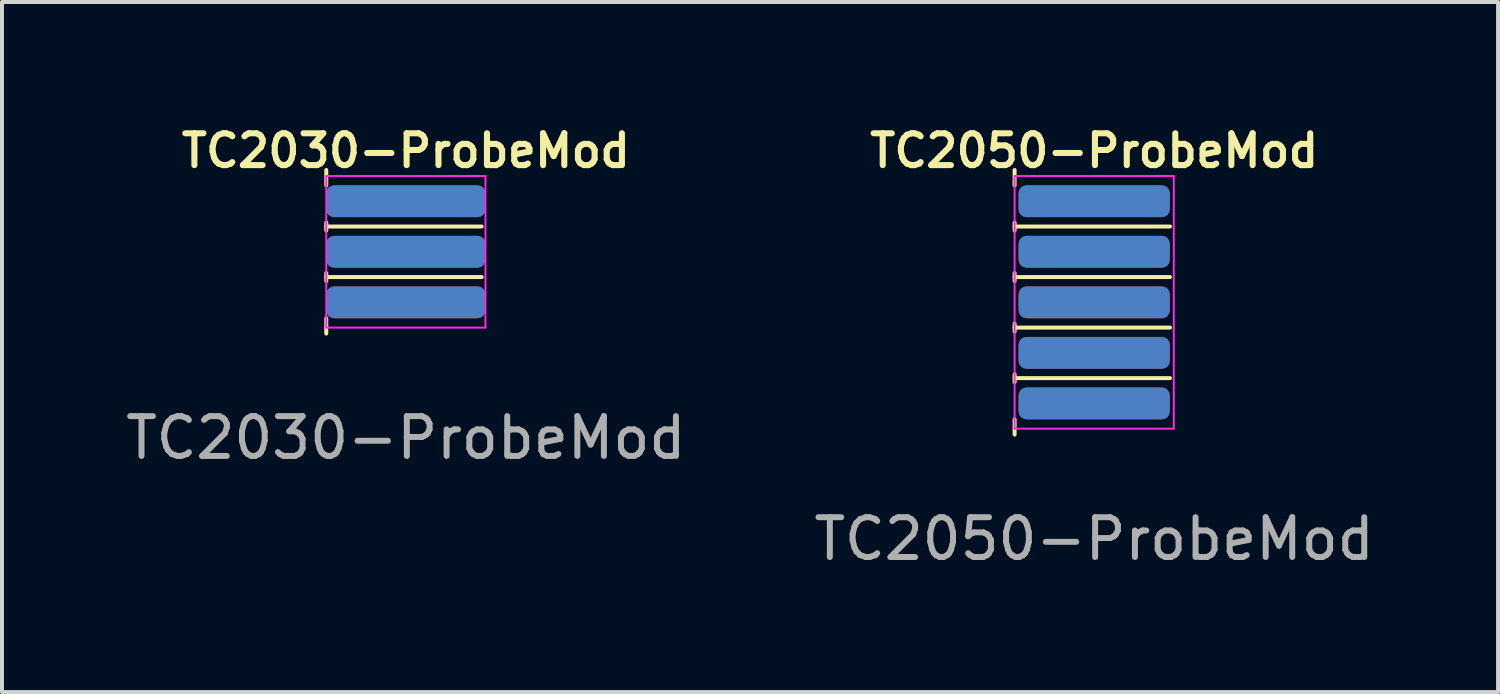
<source format=kicad_pcb>
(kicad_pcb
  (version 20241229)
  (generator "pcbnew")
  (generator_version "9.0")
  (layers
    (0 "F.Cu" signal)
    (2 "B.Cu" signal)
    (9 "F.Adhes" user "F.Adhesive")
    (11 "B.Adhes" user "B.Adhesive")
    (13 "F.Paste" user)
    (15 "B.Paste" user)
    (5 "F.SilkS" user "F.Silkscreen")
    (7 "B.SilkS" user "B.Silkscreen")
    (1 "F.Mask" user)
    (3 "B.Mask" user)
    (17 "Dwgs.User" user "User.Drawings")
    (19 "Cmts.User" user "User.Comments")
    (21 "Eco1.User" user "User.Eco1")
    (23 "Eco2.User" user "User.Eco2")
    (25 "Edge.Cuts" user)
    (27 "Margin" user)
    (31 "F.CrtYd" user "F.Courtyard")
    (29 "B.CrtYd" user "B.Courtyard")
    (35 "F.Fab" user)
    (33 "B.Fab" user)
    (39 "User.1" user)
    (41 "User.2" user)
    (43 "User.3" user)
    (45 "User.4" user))
  (footprint "TC2030-ProbeMod"
    (layer "F.Cu")
    (at 7.149 3.277)
    (property "Reference" "TC2030-ProbeMod" (at 0 -2.54 0) (unlocked yes) (layer "F.SilkS") (effects (font (size 0.8 0.8) (thickness 0.153) (bold yes))))
    (attr smd)
    (fp_line (start -2 -1.67) (end -2 -2.055) (stroke (width 0.1) (type default)) (layer "F.SilkS"))
    (fp_line (start -2 -0.735) (end -2 -0.535) (stroke (width 0.1) (type default)) (layer "F.SilkS"))
    (fp_line (start -2 0.735) (end -2 0.535) (stroke (width 0.1) (type default)) (layer "F.SilkS"))
    (fp_line (start -2 1.67) (end -2 2.055) (stroke (width 0.1) (type default)) (layer "F.SilkS"))
    (fp_line (start 1.905 -0.635) (end -2 -0.635) (stroke (width 0.1) (type default)) (layer "F.SilkS"))
    (fp_line (start 1.905 0.635) (end -2 0.635) (stroke (width 0.1) (type default)) (layer "F.SilkS"))
    (fp_line (start -2 -1.905) (end -2 1.905) (stroke (width 0.05) (type default)) (layer "F.CrtYd"))
    (fp_line (start -2 1.905) (end 2 1.905) (stroke (width 0.05) (type default)) (layer "F.CrtYd"))
    (fp_line (start 2 -1.905) (end -2 -1.905) (stroke (width 0.05) (type default)) (layer "F.CrtYd"))
    (fp_line (start 2 1.905) (end 2 -1.905) (stroke (width 0.05) (type default)) (layer "F.CrtYd"))
    (fp_text user "${REFERENCE}" (at 0 4.675 0) (unlocked yes) (layer "F.Fab") (effects (font (size 1 1) (thickness 0.15))))
    (pad "1" smd roundrect (at 0 -1.27) (size 4 0.8) (layers "F.Cu" "F.Mask" "F.Paste") (roundrect_rratio 0.25))
    (pad "2" smd roundrect (at 0 -1.27) (size 4 0.8) (layers "B.Cu" "B.Mask" "B.Paste") (roundrect_rratio 0.25))
    (pad "3" smd roundrect (at 0 0) (size 4 0.8) (layers "F.Cu" "F.Mask" "F.Paste") (roundrect_rratio 0.25))
    (pad "4" smd roundrect (at 0 0) (size 4 0.8) (layers "B.Cu" "B.Mask" "B.Paste") (roundrect_rratio 0.25))
    (pad "5" smd roundrect (at 0 1.27) (size 4 0.8) (layers "F.Cu" "F.Mask" "F.Paste") (roundrect_rratio 0.25))
    (pad "6" smd roundrect (at 0 1.27) (size 4 0.8) (layers "B.Cu" "B.Mask" "B.Paste") (roundrect_rratio 0.25)))
  (footprint "TC2050-ProbeMod"
    (layer "F.Cu")
    (at 24.446 4.547)
    (property "Reference" "TC2050-ProbeMod" (at 0 -3.81 0) (unlocked yes) (layer "F.SilkS") (effects (font (size 0.8 0.8) (thickness 0.153) (bold yes))))
    (attr smd)
    (fp_line (start -2 -2.94) (end -2 -3.325) (stroke (width 0.1) (type default)) (layer "F.SilkS"))
    (fp_line (start -2 -2.005) (end -2 -1.805) (stroke (width 0.1) (type default)) (layer "F.SilkS"))
    (fp_line (start -2 -0.535) (end -2 -0.735) (stroke (width 0.1) (type default)) (layer "F.SilkS"))
    (fp_line (start -2 0.735) (end -2 0.535) (stroke (width 0.1) (type default)) (layer "F.SilkS"))
    (fp_line (start -2 2.005) (end -2 1.805) (stroke (width 0.1) (type default)) (layer "F.SilkS"))
    (fp_line (start -2 2.94) (end -2 3.325) (stroke (width 0.1) (type default)) (layer "F.SilkS"))
    (fp_line (start 1.905 -1.905) (end -2 -1.905) (stroke (width 0.1) (type default)) (layer "F.SilkS"))
    (fp_line (start 1.905 -0.635) (end -2 -0.635) (stroke (width 0.1) (type default)) (layer "F.SilkS"))
    (fp_line (start 1.905 0.635) (end -2 0.635) (stroke (width 0.1) (type default)) (layer "F.SilkS"))
    (fp_line (start 1.905 1.905) (end -2 1.905) (stroke (width 0.1) (type default)) (layer "F.SilkS"))
    (fp_line (start -2 -3.175) (end -2 3.175) (stroke (width 0.05) (type default)) (layer "F.CrtYd"))
    (fp_line (start -2 3.175) (end 2 3.175) (stroke (width 0.05) (type default)) (layer "F.CrtYd"))
    (fp_line (start 2 -3.175) (end -2 -3.175) (stroke (width 0.05) (type default)) (layer "F.CrtYd"))
    (fp_line (start 2 3.175) (end 2 -3.175) (stroke (width 0.05) (type default)) (layer "F.CrtYd"))
    (fp_text user "${REFERENCE}" (at 0 5.945 0) (unlocked yes) (layer "F.Fab") (effects (font (size 1 1) (thickness 0.15))))
    (pad "1" smd roundrect (at 0 -2.54) (size 3.8 0.8) (layers "F.Cu" "F.Mask" "F.Paste") (roundrect_rratio 0.25))
    (pad "2" smd roundrect (at 0 -2.54) (size 3.8 0.8) (layers "B.Cu" "B.Mask" "B.Paste") (roundrect_rratio 0.25))
    (pad "3" smd roundrect (at 0 -1.27) (size 3.8 0.8) (layers "F.Cu" "F.Mask" "F.Paste") (roundrect_rratio 0.25))
    (pad "4" smd roundrect (at 0 -1.27) (size 3.8 0.8) (layers "B.Cu" "B.Mask" "B.Paste") (roundrect_rratio 0.25))
    (pad "5" smd roundrect (at 0 0) (size 3.8 0.8) (layers "F.Cu" "F.Mask" "F.Paste") (roundrect_rratio 0.25))
    (pad "6" smd roundrect (at 0 0) (size 3.8 0.8) (layers "B.Cu" "B.Mask" "B.Paste") (roundrect_rratio 0.25))
    (pad "7" smd roundrect (at 0 1.27) (size 3.8 0.8) (layers "F.Cu" "F.Mask" "F.Paste") (roundrect_rratio 0.25))
    (pad "8" smd roundrect (at 0 1.27) (size 3.8 0.8) (layers "B.Cu" "B.Mask" "B.Paste") (roundrect_rratio 0.25))
    (pad "9" smd roundrect (at 0 2.54) (size 3.8 0.8) (layers "F.Cu" "F.Mask" "F.Paste") (roundrect_rratio 0.25))
    (pad "10" smd roundrect (at 0 2.54) (size 3.8 0.8) (layers "B.Cu" "B.Mask" "B.Paste") (roundrect_rratio 0.25)))
  (gr_rect
    (start -3 -3)
    (end 34.595 14.34)
    (stroke (width 0.1) (type default))
    (fill no)
    (layer "Edge.Cuts")))
</source>
